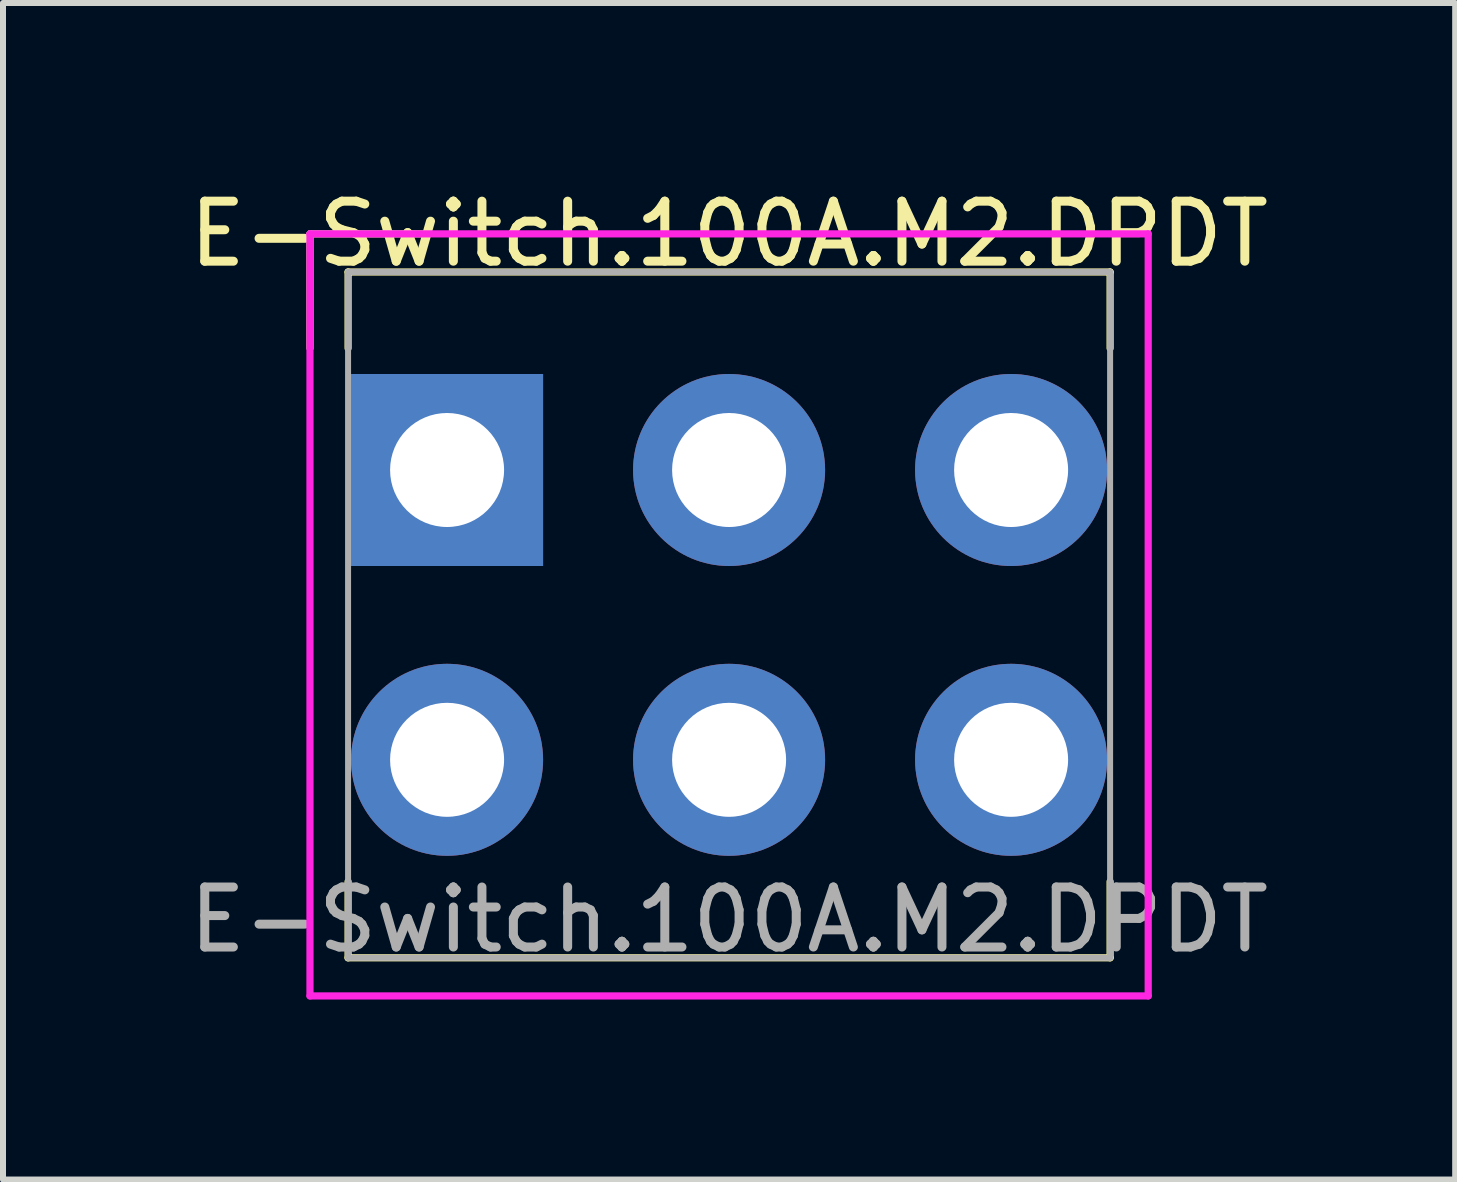
<source format=kicad_pcb>
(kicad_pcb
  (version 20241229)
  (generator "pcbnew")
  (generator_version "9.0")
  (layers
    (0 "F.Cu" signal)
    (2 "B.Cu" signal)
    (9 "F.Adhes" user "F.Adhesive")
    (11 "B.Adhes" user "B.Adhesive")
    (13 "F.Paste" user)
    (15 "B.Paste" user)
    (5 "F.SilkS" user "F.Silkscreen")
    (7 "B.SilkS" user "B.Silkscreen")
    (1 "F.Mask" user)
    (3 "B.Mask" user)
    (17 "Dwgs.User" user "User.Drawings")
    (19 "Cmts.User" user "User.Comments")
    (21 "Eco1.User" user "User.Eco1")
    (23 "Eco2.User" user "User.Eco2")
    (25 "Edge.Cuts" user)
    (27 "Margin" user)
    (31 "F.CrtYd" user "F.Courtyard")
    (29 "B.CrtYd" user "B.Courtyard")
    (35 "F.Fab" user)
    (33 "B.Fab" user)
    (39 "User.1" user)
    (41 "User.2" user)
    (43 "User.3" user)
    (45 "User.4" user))
  (footprint "E-Switch.100A.M2.DPDT"
    (layer "F.Cu")
    (at 9.101 7.198)
    (property "Reference" "E-Switch.100A.M2.DPDT" (at 0 -6.35 0) (unlocked yes) (layer "F.SilkS") (effects (font (size 1 1) (thickness 0.15))))
    (fp_line (start -6.985 -6.35) (end -5.08 -6.35) (stroke (width 0.12) (type solid)) (layer "F.SilkS"))
    (fp_line (start -6.985 -4.445) (end -6.985 -6.35) (stroke (width 0.12) (type solid)) (layer "F.SilkS"))
    (fp_line (start -6.35 -5.715) (end 6.35 -5.715) (stroke (width 0.12) (type solid)) (layer "F.SilkS"))
    (fp_line (start -6.35 -4.445) (end -6.35 -5.715) (stroke (width 0.12) (type solid)) (layer "F.SilkS"))
    (fp_line (start -6.35 4.445) (end -6.35 5.715) (stroke (width 0.12) (type solid)) (layer "F.SilkS"))
    (fp_line (start -6.35 5.715) (end 6.35 5.715) (stroke (width 0.12) (type solid)) (layer "F.SilkS"))
    (fp_line (start 6.35 -5.715) (end 6.35 -4.445) (stroke (width 0.12) (type solid)) (layer "F.SilkS"))
    (fp_line (start 6.35 5.715) (end 6.35 4.445) (stroke (width 0.12) (type solid)) (layer "F.SilkS"))
    (fp_line (start -6.985 -6.35) (end 6.985 -6.35) (stroke (width 0.12) (type solid)) (layer "F.CrtYd"))
    (fp_line (start -6.985 6.35) (end -6.985 -6.35) (stroke (width 0.12) (type solid)) (layer "F.CrtYd"))
    (fp_line (start 6.985 -6.35) (end 6.985 6.35) (stroke (width 0.12) (type solid)) (layer "F.CrtYd"))
    (fp_line (start 6.985 6.35) (end -6.985 6.35) (stroke (width 0.12) (type solid)) (layer "F.CrtYd"))
    (fp_line (start -6.35 -5.715) (end 6.35 -5.715) (stroke (width 0.1) (type solid)) (layer "F.Fab"))
    (fp_line (start -6.35 5.715) (end -6.35 -5.715) (stroke (width 0.1) (type solid)) (layer "F.Fab"))
    (fp_line (start 6.35 -5.715) (end 6.35 5.715) (stroke (width 0.1) (type solid)) (layer "F.Fab"))
    (fp_line (start 6.35 5.715) (end -6.35 5.715) (stroke (width 0.1) (type solid)) (layer "F.Fab"))
    (fp_text user "${REFERENCE}" (at 0 5.08 0) (unlocked yes) (layer "F.Fab") (effects (font (size 1 1) (thickness 0.15))))
    (pad "1" thru_hole rect (at -4.7 -2.415) (size 3.2 3.2) (drill 1.9) (layers "*.Cu" "*.Mask"))
    (pad "2" thru_hole circle (at 0 -2.415) (size 3.2 3.2) (drill 1.9) (layers "*.Cu" "*.Mask"))
    (pad "3" thru_hole circle (at 4.7 -2.415) (size 3.2 3.2) (drill 1.9) (layers "*.Cu" "*.Mask"))
    (pad "4" thru_hole circle (at -4.7 2.415) (size 3.2 3.2) (drill 1.9) (layers "*.Cu" "*.Mask"))
    (pad "5" thru_hole circle (at 0 2.415) (size 3.2 3.2) (drill 1.9) (layers "*.Cu" "*.Mask"))
    (pad "6" thru_hole circle (at 4.7 2.415) (size 3.2 3.2) (drill 1.9) (layers "*.Cu" "*.Mask")))
  (gr_rect
    (start -3 -3)
    (end 21.202 16.608)
    (stroke (width 0.1) (type default))
    (fill no)
    (layer "Edge.Cuts")))
</source>
